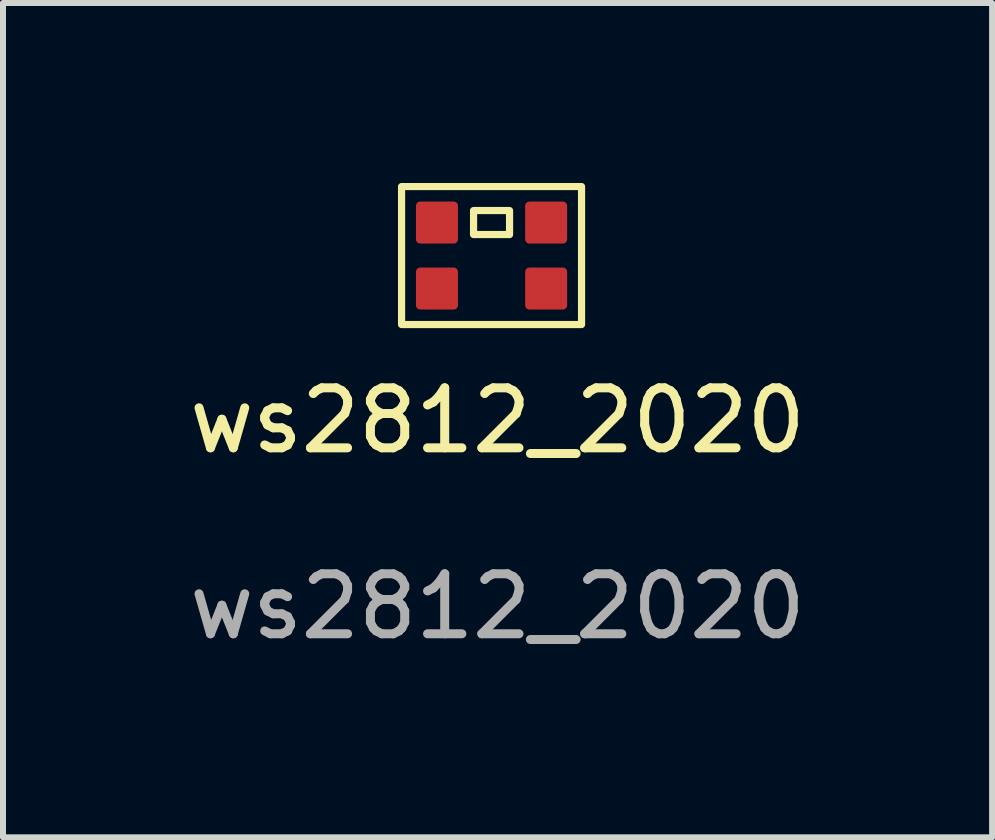
<source format=kicad_pcb>
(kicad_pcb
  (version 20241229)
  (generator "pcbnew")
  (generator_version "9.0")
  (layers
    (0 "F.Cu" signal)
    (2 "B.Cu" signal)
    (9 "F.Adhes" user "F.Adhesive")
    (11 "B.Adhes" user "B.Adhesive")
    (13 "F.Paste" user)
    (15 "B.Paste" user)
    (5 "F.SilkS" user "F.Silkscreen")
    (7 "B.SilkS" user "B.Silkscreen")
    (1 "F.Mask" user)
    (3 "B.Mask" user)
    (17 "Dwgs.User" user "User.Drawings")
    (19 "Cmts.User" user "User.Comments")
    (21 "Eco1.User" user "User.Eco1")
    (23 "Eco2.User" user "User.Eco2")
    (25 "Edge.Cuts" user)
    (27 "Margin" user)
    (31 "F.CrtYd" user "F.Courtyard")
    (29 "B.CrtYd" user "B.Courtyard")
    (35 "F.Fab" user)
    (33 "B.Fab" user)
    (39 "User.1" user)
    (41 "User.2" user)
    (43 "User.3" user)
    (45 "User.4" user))
  (footprint "ws2812_2020"
    (layer "F.Cu")
    (at 5.244 4.56)
    (property "Reference" "ws2812_2020" (at 0 -0.6 0) (unlocked yes) (layer "F.SilkS") (effects (font (size 1 1) (thickness 0.15))))
    (attr smd)
    (fp_rect (start -1.6 -4.5) (end 1.4 -2.2) (stroke (width 0.12) (type default)) (fill no) (layer "F.SilkS"))
    (fp_rect (start -0.4 -4.1) (end 0.2 -3.7) (stroke (width 0.12) (type default)) (fill no) (layer "F.SilkS"))
    (fp_text user "${REFERENCE}" (at 0 2.5 0) (unlocked yes) (layer "F.Fab") (effects (font (size 1 1) (thickness 0.15))))
    (pad "1" smd roundrect (at 0.81 -2.8) (size 0.7 0.7) (layers "F.Cu" "F.Mask" "F.Paste") (roundrect_rratio 0.1))
    (pad "2" smd roundrect (at 0.81 -3.9) (size 0.7 0.7) (layers "F.Cu" "F.Mask" "F.Paste") (roundrect_rratio 0.1))
    (pad "3" smd roundrect (at -1.01 -3.9) (size 0.7 0.7) (layers "F.Cu" "F.Mask" "F.Paste") (roundrect_rratio 0.1))
    (pad "4" smd roundrect (at -1.01 -2.8) (size 0.7 0.7) (layers "F.Cu" "F.Mask" "F.Paste") (roundrect_rratio 0.1)))
  (gr_rect
    (start -3 -3)
    (end 13.488 10.908)
    (stroke (width 0.1) (type default))
    (fill no)
    (layer "Edge.Cuts")))
</source>
